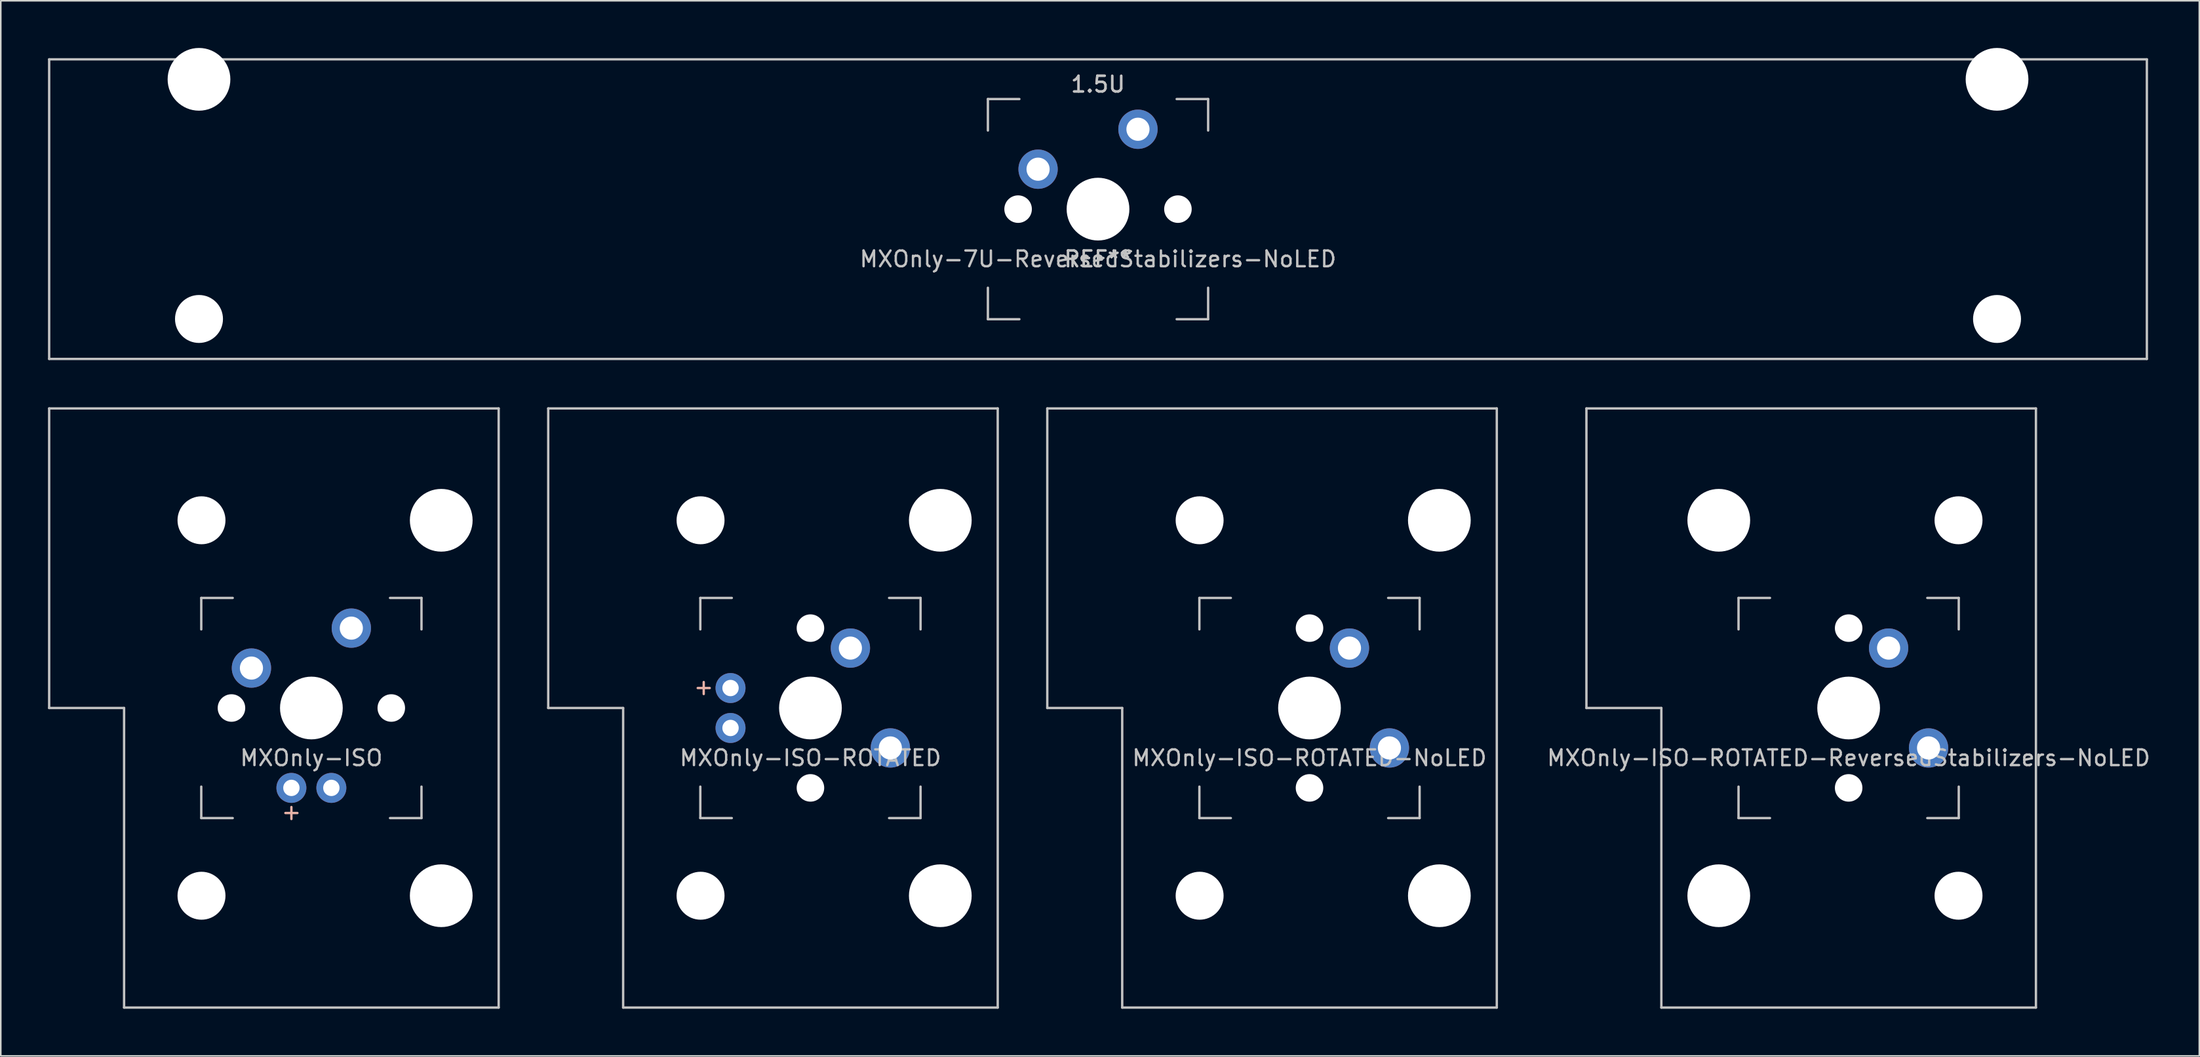
<source format=kicad_pcb>
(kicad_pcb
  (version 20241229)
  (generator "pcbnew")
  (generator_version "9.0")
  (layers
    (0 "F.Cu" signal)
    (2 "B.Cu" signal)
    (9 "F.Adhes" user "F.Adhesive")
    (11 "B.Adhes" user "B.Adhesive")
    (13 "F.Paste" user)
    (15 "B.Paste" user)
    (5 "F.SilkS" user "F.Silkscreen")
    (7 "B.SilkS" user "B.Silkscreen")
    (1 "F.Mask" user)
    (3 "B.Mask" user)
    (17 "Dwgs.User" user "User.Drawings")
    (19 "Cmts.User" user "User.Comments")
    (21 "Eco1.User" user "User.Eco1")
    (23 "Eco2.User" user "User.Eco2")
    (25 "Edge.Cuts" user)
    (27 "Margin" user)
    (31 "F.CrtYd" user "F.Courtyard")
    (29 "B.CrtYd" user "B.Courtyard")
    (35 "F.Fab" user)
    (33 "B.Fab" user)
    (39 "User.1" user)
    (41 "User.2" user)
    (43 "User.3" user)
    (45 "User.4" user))
  (footprint "MXOnly-ISO-ROTATED-NoLED"
    (layer "F.Cu")
    (at 80.194 41.974)
    (property "Reference" "MXOnly-ISO-ROTATED-NoLED" (at 0 3.175 0) (layer "Dwgs.User") (effects (font (size 1 1) (thickness 0.15))))
    (attr through_hole)
    (fp_line (start -16.669 -19.05) (end -16.669 0) (stroke (width 0.15) (type solid)) (layer "Dwgs.User"))
    (fp_line (start -16.669 -19.05) (end 11.906 -19.05) (stroke (width 0.15) (type solid)) (layer "Dwgs.User"))
    (fp_line (start -11.906 0) (end -16.669 0) (stroke (width 0.15) (type solid)) (layer "Dwgs.User"))
    (fp_line (start -11.906 19.05) (end -11.906 0) (stroke (width 0.15) (type solid)) (layer "Dwgs.User"))
    (fp_line (start -11.906 19.05) (end 11.906 19.05) (stroke (width 0.15) (type solid)) (layer "Dwgs.User"))
    (fp_line (start -7 -7) (end -7 -5) (stroke (width 0.15) (type solid)) (layer "Dwgs.User"))
    (fp_line (start -7 5) (end -7 7) (stroke (width 0.15) (type solid)) (layer "Dwgs.User"))
    (fp_line (start -7 7) (end -5 7) (stroke (width 0.15) (type solid)) (layer "Dwgs.User"))
    (fp_line (start -5 -7) (end -7 -7) (stroke (width 0.15) (type solid)) (layer "Dwgs.User"))
    (fp_line (start 5 -7) (end 7 -7) (stroke (width 0.15) (type solid)) (layer "Dwgs.User"))
    (fp_line (start 5 7) (end 7 7) (stroke (width 0.15) (type solid)) (layer "Dwgs.User"))
    (fp_line (start 7 -7) (end 7 -5) (stroke (width 0.15) (type solid)) (layer "Dwgs.User"))
    (fp_line (start 7 7) (end 7 5) (stroke (width 0.15) (type solid)) (layer "Dwgs.User"))
    (fp_line (start 11.906 -19.05) (end 11.906 19.05) (stroke (width 0.15) (type solid)) (layer "Dwgs.User"))
    (pad "" np_thru_hole circle (at -6.985 -11.938 180) (size 3.048 3.048) (drill 3.048) (layers "*.Cu" "*.Mask"))
    (pad "" np_thru_hole circle (at -6.985 11.938 180) (size 3.048 3.048) (drill 3.048) (layers "*.Cu" "*.Mask"))
    (pad "" np_thru_hole circle (at 0 -5.08 48.1) (size 1.75 1.75) (drill 1.75) (layers "*.Cu" "*.Mask"))
    (pad "" np_thru_hole circle (at 0 0) (size 3.988 3.988) (drill 3.988) (layers "*.Cu" "*.Mask"))
    (pad "" np_thru_hole circle (at 0 5.08 48.1) (size 1.75 1.75) (drill 1.75) (layers "*.Cu" "*.Mask"))
    (pad "" np_thru_hole circle (at 8.255 -11.938 180) (size 3.988 3.988) (drill 3.988) (layers "*.Cu" "*.Mask"))
    (pad "" np_thru_hole circle (at 8.255 11.938 180) (size 3.988 3.988) (drill 3.988) (layers "*.Cu" "*.Mask"))
    (pad "1" thru_hole circle (at 2.54 -3.81) (size 2.5 2.5) (drill 1.47) (layers "*.Cu" "B.Mask"))
    (pad "2" thru_hole circle (at 5.08 2.54) (size 2.5 2.5) (drill 1.47) (layers "*.Cu" "B.Mask")))
  (footprint "MXOnly-ISO"
    (layer "F.Cu")
    (at 16.744 41.974)
    (property "Reference" "MXOnly-ISO" (at 0 3.175 0) (layer "Dwgs.User") (effects (font (size 1 1) (thickness 0.15))))
    (attr through_hole)
    (fp_line (start -16.669 -19.05) (end -16.669 0) (stroke (width 0.15) (type solid)) (layer "Dwgs.User"))
    (fp_line (start -16.669 -19.05) (end 11.906 -19.05) (stroke (width 0.15) (type solid)) (layer "Dwgs.User"))
    (fp_line (start -11.906 0) (end -16.669 0) (stroke (width 0.15) (type solid)) (layer "Dwgs.User"))
    (fp_line (start -11.906 19.05) (end -11.906 0) (stroke (width 0.15) (type solid)) (layer "Dwgs.User"))
    (fp_line (start -11.906 19.05) (end 11.906 19.05) (stroke (width 0.15) (type solid)) (layer "Dwgs.User"))
    (fp_line (start -7 -7) (end -7 -5) (stroke (width 0.15) (type solid)) (layer "Dwgs.User"))
    (fp_line (start -7 5) (end -7 7) (stroke (width 0.15) (type solid)) (layer "Dwgs.User"))
    (fp_line (start -7 7) (end -5 7) (stroke (width 0.15) (type solid)) (layer "Dwgs.User"))
    (fp_line (start -5 -7) (end -7 -7) (stroke (width 0.15) (type solid)) (layer "Dwgs.User"))
    (fp_line (start 5 -7) (end 7 -7) (stroke (width 0.15) (type solid)) (layer "Dwgs.User"))
    (fp_line (start 5 7) (end 7 7) (stroke (width 0.15) (type solid)) (layer "Dwgs.User"))
    (fp_line (start 7 -7) (end 7 -5) (stroke (width 0.15) (type solid)) (layer "Dwgs.User"))
    (fp_line (start 7 7) (end 7 5) (stroke (width 0.15) (type solid)) (layer "Dwgs.User"))
    (fp_line (start 11.906 -19.05) (end 11.906 19.05) (stroke (width 0.15) (type solid)) (layer "Dwgs.User"))
    (fp_text user "+" (at -1.27 6.604 0) (layer "B.SilkS") (effects (font (size 1 1) (thickness 0.15))))
    (pad "" np_thru_hole circle (at -6.985 -11.938) (size 3.048 3.048) (drill 3.048) (layers "*.Cu" "*.Mask"))
    (pad "" np_thru_hole circle (at -6.985 11.938) (size 3.048 3.048) (drill 3.048) (layers "*.Cu" "*.Mask"))
    (pad "" np_thru_hole circle (at -5.08 0 48.1) (size 1.75 1.75) (drill 1.75) (layers "*.Cu" "*.Mask"))
    (pad "" np_thru_hole circle (at 0 0) (size 3.988 3.988) (drill 3.988) (layers "*.Cu" "*.Mask"))
    (pad "" np_thru_hole circle (at 5.08 0 48.1) (size 1.75 1.75) (drill 1.75) (layers "*.Cu" "*.Mask"))
    (pad "" np_thru_hole circle (at 8.255 -11.938) (size 3.988 3.988) (drill 3.988) (layers "*.Cu" "*.Mask"))
    (pad "" np_thru_hole circle (at 8.255 11.938) (size 3.988 3.988) (drill 3.988) (layers "*.Cu" "*.Mask"))
    (pad "1" thru_hole circle (at -3.81 -2.54) (size 2.5 2.5) (drill 1.47) (layers "*.Cu" "*.Mask"))
    (pad "2" thru_hole circle (at 2.54 -5.08) (size 2.5 2.5) (drill 1.47) (layers "*.Cu" "*.Mask"))
    (pad "3" thru_hole circle (at -1.27 5.08) (size 1.905 1.905) (drill 1.04) (layers "*.Cu" "*.Mask"))
    (pad "4" thru_hole circle (at 1.27 5.08) (size 1.905 1.905) (drill 1.04) (layers "*.Cu" "*.Mask")))
  (footprint "MXOnly-7U-ReversedStabilizers-NoLED"
    (layer "F.Cu")
    (at 66.75 10.249)
    (property "Reference" "MXOnly-7U-ReversedStabilizers-NoLED" (at 0 3.175 0) (layer "Dwgs.User") (effects (font (size 1 1) (thickness 0.15))))
    (attr through_hole)
    (fp_line (start -66.675 -9.525) (end 66.675 -9.525) (stroke (width 0.15) (type solid)) (layer "Dwgs.User"))
    (fp_line (start -66.675 9.525) (end -66.675 -9.525) (stroke (width 0.15) (type solid)) (layer "Dwgs.User"))
    (fp_line (start -66.675 9.525) (end 66.675 9.525) (stroke (width 0.15) (type solid)) (layer "Dwgs.User"))
    (fp_line (start -7 -7) (end -7 -5) (stroke (width 0.15) (type solid)) (layer "Dwgs.User"))
    (fp_line (start -7 5) (end -7 7) (stroke (width 0.15) (type solid)) (layer "Dwgs.User"))
    (fp_line (start -7 7) (end -5 7) (stroke (width 0.15) (type solid)) (layer "Dwgs.User"))
    (fp_line (start -5 -7) (end -7 -7) (stroke (width 0.15) (type solid)) (layer "Dwgs.User"))
    (fp_line (start 5 -7) (end 7 -7) (stroke (width 0.15) (type solid)) (layer "Dwgs.User"))
    (fp_line (start 5 7) (end 7 7) (stroke (width 0.15) (type solid)) (layer "Dwgs.User"))
    (fp_line (start 7 -7) (end 7 -5) (stroke (width 0.15) (type solid)) (layer "Dwgs.User"))
    (fp_line (start 7 7) (end 7 5) (stroke (width 0.15) (type solid)) (layer "Dwgs.User"))
    (fp_line (start 66.675 -9.525) (end 66.675 9.525) (stroke (width 0.15) (type solid)) (layer "Dwgs.User"))
    (fp_text user "1.5U" (at 0 -7.938 0) (layer "Dwgs.User") (effects (font (size 1 1) (thickness 0.15))))
    (fp_text user "REF**" (at 0 3.175 0) (layer "Dwgs.User") (effects (font (size 1 1) (thickness 0.15))))
    (fp_text user "REF**" (at 0 3.175 0) (layer "Dwgs.User") (effects (font (size 1 1) (thickness 0.15))))
    (fp_text user "1.5U" (at 0 -7.938 0) (layer "Dwgs.User") (effects (font (size 1 1) (thickness 0.15))))
    (pad "" np_thru_hole circle (at -57.15 -8.255) (size 3.988 3.988) (drill 3.988) (layers "*.Cu" "*.Mask"))
    (pad "" np_thru_hole circle (at -57.15 6.985) (size 3.048 3.048) (drill 3.048) (layers "*.Cu" "*.Mask"))
    (pad "" np_thru_hole circle (at -5.08 0 48.1) (size 1.75 1.75) (drill 1.75) (layers "*.Cu" "*.Mask"))
    (pad "" np_thru_hole circle (at 0 0) (size 3.988 3.988) (drill 3.988) (layers "*.Cu" "*.Mask"))
    (pad "" np_thru_hole circle (at 5.08 0 48.1) (size 1.75 1.75) (drill 1.75) (layers "*.Cu" "*.Mask"))
    (pad "" np_thru_hole circle (at 57.15 -8.255) (size 3.988 3.988) (drill 3.988) (layers "*.Cu" "*.Mask"))
    (pad "" np_thru_hole circle (at 57.15 6.985) (size 3.048 3.048) (drill 3.048) (layers "*.Cu" "*.Mask"))
    (pad "1" thru_hole circle (at -3.81 -2.54) (size 2.5 2.5) (drill 1.47) (layers "*.Cu" "B.Mask"))
    (pad "2" thru_hole circle (at 2.54 -5.08) (size 2.5 2.5) (drill 1.47) (layers "*.Cu" "B.Mask")))
  (footprint "MXOnly-ISO-ROTATED-ReversedStabilizers-NoLED"
    (layer "F.Cu")
    (at 114.467 41.974)
    (property "Reference" "MXOnly-ISO-ROTATED-ReversedStabilizers-NoLED" (at 0 3.175 0) (layer "Dwgs.User") (effects (font (size 1 1) (thickness 0.15))))
    (attr through_hole)
    (fp_line (start -16.669 -19.05) (end -16.669 0) (stroke (width 0.15) (type solid)) (layer "Dwgs.User"))
    (fp_line (start -16.669 -19.05) (end 11.906 -19.05) (stroke (width 0.15) (type solid)) (layer "Dwgs.User"))
    (fp_line (start -11.906 0) (end -16.669 0) (stroke (width 0.15) (type solid)) (layer "Dwgs.User"))
    (fp_line (start -11.906 19.05) (end -11.906 0) (stroke (width 0.15) (type solid)) (layer "Dwgs.User"))
    (fp_line (start -11.906 19.05) (end 11.906 19.05) (stroke (width 0.15) (type solid)) (layer "Dwgs.User"))
    (fp_line (start -7 -7) (end -7 -5) (stroke (width 0.15) (type solid)) (layer "Dwgs.User"))
    (fp_line (start -7 5) (end -7 7) (stroke (width 0.15) (type solid)) (layer "Dwgs.User"))
    (fp_line (start -7 7) (end -5 7) (stroke (width 0.15) (type solid)) (layer "Dwgs.User"))
    (fp_line (start -5 -7) (end -7 -7) (stroke (width 0.15) (type solid)) (layer "Dwgs.User"))
    (fp_line (start 5 -7) (end 7 -7) (stroke (width 0.15) (type solid)) (layer "Dwgs.User"))
    (fp_line (start 5 7) (end 7 7) (stroke (width 0.15) (type solid)) (layer "Dwgs.User"))
    (fp_line (start 7 -7) (end 7 -5) (stroke (width 0.15) (type solid)) (layer "Dwgs.User"))
    (fp_line (start 7 7) (end 7 5) (stroke (width 0.15) (type solid)) (layer "Dwgs.User"))
    (fp_line (start 11.906 -19.05) (end 11.906 19.05) (stroke (width 0.15) (type solid)) (layer "Dwgs.User"))
    (pad "" np_thru_hole circle (at -8.255 -11.938) (size 3.988 3.988) (drill 3.988) (layers "*.Cu" "*.Mask"))
    (pad "" np_thru_hole circle (at -8.255 11.938) (size 3.988 3.988) (drill 3.988) (layers "*.Cu" "*.Mask"))
    (pad "" np_thru_hole circle (at 0 -5.08 48.1) (size 1.75 1.75) (drill 1.75) (layers "*.Cu" "*.Mask"))
    (pad "" np_thru_hole circle (at 0 0) (size 3.988 3.988) (drill 3.988) (layers "*.Cu" "*.Mask"))
    (pad "" np_thru_hole circle (at 0 5.08 48.1) (size 1.75 1.75) (drill 1.75) (layers "*.Cu" "*.Mask"))
    (pad "" np_thru_hole circle (at 6.985 -11.938) (size 3.048 3.048) (drill 3.048) (layers "*.Cu" "*.Mask"))
    (pad "" np_thru_hole circle (at 6.985 11.938) (size 3.048 3.048) (drill 3.048) (layers "*.Cu" "*.Mask"))
    (pad "1" thru_hole circle (at 2.54 -3.81) (size 2.5 2.5) (drill 1.47) (layers "*.Cu" "B.Mask"))
    (pad "2" thru_hole circle (at 5.08 2.54) (size 2.5 2.5) (drill 1.47) (layers "*.Cu" "B.Mask")))
  (footprint "MXOnly-ISO-ROTATED"
    (layer "F.Cu")
    (at 48.469 41.974)
    (property "Reference" "MXOnly-ISO-ROTATED" (at 0 3.175 0) (layer "Dwgs.User") (effects (font (size 1 1) (thickness 0.15))))
    (attr through_hole)
    (fp_line (start -16.669 -19.05) (end -16.669 0) (stroke (width 0.15) (type solid)) (layer "Dwgs.User"))
    (fp_line (start -16.669 -19.05) (end 11.906 -19.05) (stroke (width 0.15) (type solid)) (layer "Dwgs.User"))
    (fp_line (start -11.906 0) (end -16.669 0) (stroke (width 0.15) (type solid)) (layer "Dwgs.User"))
    (fp_line (start -11.906 19.05) (end -11.906 0) (stroke (width 0.15) (type solid)) (layer "Dwgs.User"))
    (fp_line (start -11.906 19.05) (end 11.906 19.05) (stroke (width 0.15) (type solid)) (layer "Dwgs.User"))
    (fp_line (start -7 -7) (end -7 -5) (stroke (width 0.15) (type solid)) (layer "Dwgs.User"))
    (fp_line (start -7 5) (end -7 7) (stroke (width 0.15) (type solid)) (layer "Dwgs.User"))
    (fp_line (start -7 7) (end -5 7) (stroke (width 0.15) (type solid)) (layer "Dwgs.User"))
    (fp_line (start -5 -7) (end -7 -7) (stroke (width 0.15) (type solid)) (layer "Dwgs.User"))
    (fp_line (start 5 -7) (end 7 -7) (stroke (width 0.15) (type solid)) (layer "Dwgs.User"))
    (fp_line (start 5 7) (end 7 7) (stroke (width 0.15) (type solid)) (layer "Dwgs.User"))
    (fp_line (start 7 -7) (end 7 -5) (stroke (width 0.15) (type solid)) (layer "Dwgs.User"))
    (fp_line (start 7 7) (end 7 5) (stroke (width 0.15) (type solid)) (layer "Dwgs.User"))
    (fp_line (start 11.906 -19.05) (end 11.906 19.05) (stroke (width 0.15) (type solid)) (layer "Dwgs.User"))
    (fp_text user "+" (at -6.858 -1.27 270) (layer "B.SilkS") (effects (font (size 1 1) (thickness 0.15))))
    (pad "" np_thru_hole circle (at -6.985 -11.938) (size 3.048 3.048) (drill 3.048) (layers "*.Cu" "*.Mask"))
    (pad "" np_thru_hole circle (at -6.985 11.938) (size 3.048 3.048) (drill 3.048) (layers "*.Cu" "*.Mask"))
    (pad "" np_thru_hole circle (at 0 -5.08 48.1) (size 1.75 1.75) (drill 1.75) (layers "*.Cu" "*.Mask"))
    (pad "" np_thru_hole circle (at 0 0) (size 3.988 3.988) (drill 3.988) (layers "*.Cu" "*.Mask"))
    (pad "" np_thru_hole circle (at 0 5.08 48.1) (size 1.75 1.75) (drill 1.75) (layers "*.Cu" "*.Mask"))
    (pad "" np_thru_hole circle (at 8.255 -11.938) (size 3.988 3.988) (drill 3.988) (layers "*.Cu" "*.Mask"))
    (pad "" np_thru_hole circle (at 8.255 11.938) (size 3.988 3.988) (drill 3.988) (layers "*.Cu" "*.Mask"))
    (pad "1" thru_hole circle (at 2.54 -3.81) (size 2.5 2.5) (drill 1.47) (layers "*.Cu" "*.Mask"))
    (pad "2" thru_hole circle (at 5.08 2.54) (size 2.5 2.5) (drill 1.47) (layers "*.Cu" "*.Mask"))
    (pad "3" thru_hole circle (at -5.08 -1.27) (size 1.905 1.905) (drill 1.04) (layers "*.Cu" "*.Mask"))
    (pad "4" thru_hole circle (at -5.08 1.27) (size 1.905 1.905) (drill 1.04) (layers "*.Cu" "*.Mask")))
  (gr_rect
    (start -3 -3)
    (end 136.758 64.099)
    (stroke (width 0.1) (type default))
    (fill no)
    (layer "Edge.Cuts")))
</source>
